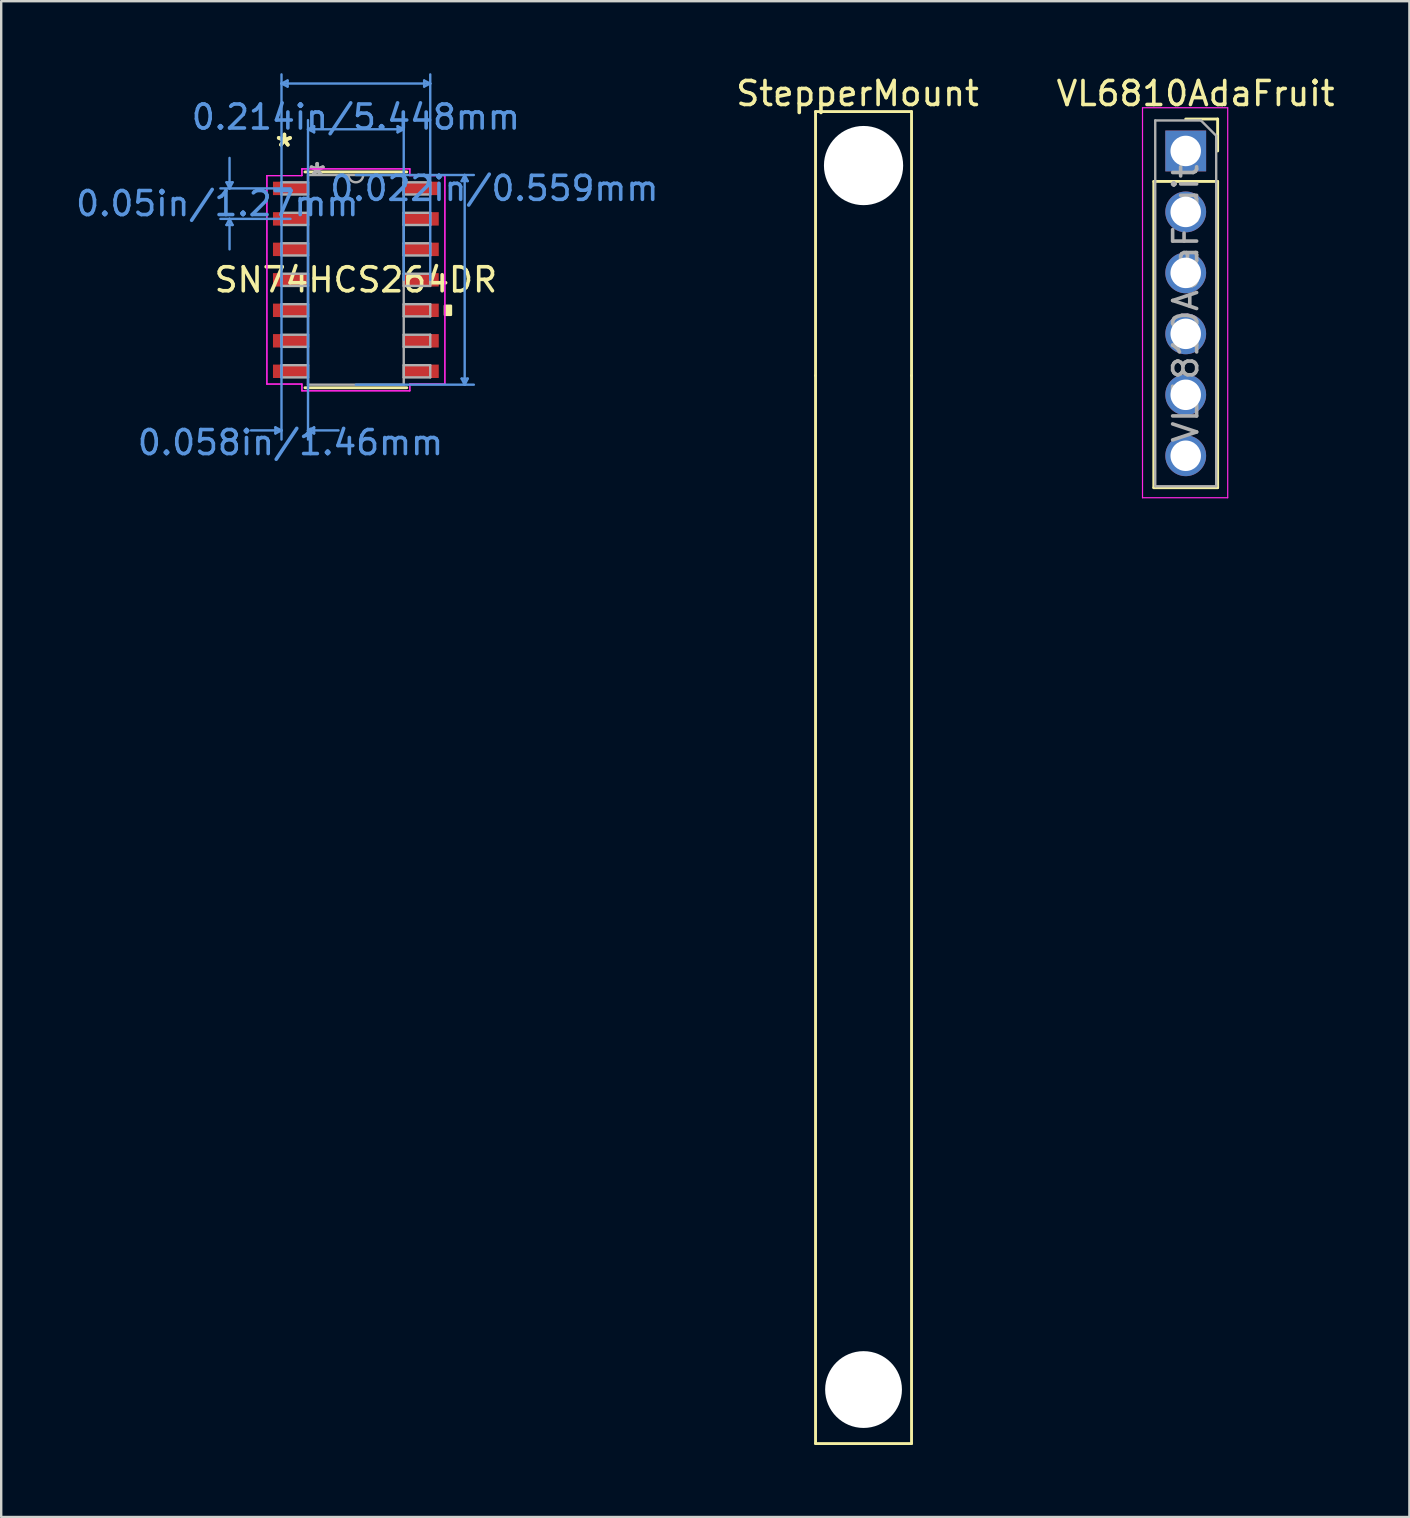
<source format=kicad_pcb>
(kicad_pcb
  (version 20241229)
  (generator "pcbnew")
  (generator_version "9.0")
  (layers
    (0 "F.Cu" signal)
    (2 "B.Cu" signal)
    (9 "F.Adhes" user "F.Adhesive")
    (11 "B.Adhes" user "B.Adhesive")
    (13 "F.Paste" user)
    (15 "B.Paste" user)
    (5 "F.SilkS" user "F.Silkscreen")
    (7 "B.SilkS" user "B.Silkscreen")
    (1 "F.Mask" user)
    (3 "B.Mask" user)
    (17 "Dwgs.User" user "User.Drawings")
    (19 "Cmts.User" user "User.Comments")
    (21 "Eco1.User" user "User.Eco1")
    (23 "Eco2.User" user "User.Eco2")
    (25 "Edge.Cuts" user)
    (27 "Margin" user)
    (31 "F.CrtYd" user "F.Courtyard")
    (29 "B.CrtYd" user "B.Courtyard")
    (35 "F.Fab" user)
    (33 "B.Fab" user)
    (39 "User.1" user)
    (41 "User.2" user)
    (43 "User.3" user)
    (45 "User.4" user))
  (footprint "SN74HCS264DR"
    (layer "F.Cu")
    (at 11.778 8.61)
    (property "Reference" "SN74HCS264DR" (at 0 0 0) (layer "F.SilkS") (effects (font (size 1 1) (thickness 0.15))))
    (attr through_hole)
    (fp_line (start -2.121 4.496) (end 2.121 4.496) (stroke (width 0.12) (type solid)) (layer "F.SilkS"))
    (fp_line (start 2.121 -4.496) (end -2.121 -4.496) (stroke (width 0.12) (type solid)) (layer "F.SilkS"))
    (fp_poly (pts (xy 3.962 1.079) (xy 3.962 1.46) (xy 3.708 1.46) (xy 3.708 1.079)) (stroke (width 0.1) (type solid)) (fill yes) (layer "F.SilkS"))
    (fp_line (start -5.391 -4.064) (end -5.137 -4.064) (stroke (width 0.1) (type solid)) (layer "Cmts.User"))
    (fp_line (start -5.391 -2.286) (end -5.137 -2.286) (stroke (width 0.1) (type solid)) (layer "Cmts.User"))
    (fp_line (start -5.264 -3.81) (end -5.391 -4.064) (stroke (width 0.1) (type solid)) (layer "Cmts.User"))
    (fp_line (start -5.264 -3.81) (end -5.264 -5.08) (stroke (width 0.1) (type solid)) (layer "Cmts.User"))
    (fp_line (start -5.264 -3.81) (end -5.137 -4.064) (stroke (width 0.1) (type solid)) (layer "Cmts.User"))
    (fp_line (start -5.264 -2.54) (end -5.391 -2.286) (stroke (width 0.1) (type solid)) (layer "Cmts.User"))
    (fp_line (start -5.264 -2.54) (end -5.264 -1.27) (stroke (width 0.1) (type solid)) (layer "Cmts.User"))
    (fp_line (start -5.264 -2.54) (end -5.137 -2.286) (stroke (width 0.1) (type solid)) (layer "Cmts.User"))
    (fp_line (start -3.353 6.147) (end -3.353 6.401) (stroke (width 0.1) (type solid)) (layer "Cmts.User"))
    (fp_line (start -3.099 -8.179) (end -2.845 -8.306) (stroke (width 0.1) (type solid)) (layer "Cmts.User"))
    (fp_line (start -3.099 -8.179) (end -2.845 -8.052) (stroke (width 0.1) (type solid)) (layer "Cmts.User"))
    (fp_line (start -3.099 -8.179) (end 3.099 -8.179) (stroke (width 0.1) (type solid)) (layer "Cmts.User"))
    (fp_line (start -3.099 0) (end -3.099 -8.56) (stroke (width 0.1) (type solid)) (layer "Cmts.User"))
    (fp_line (start -3.099 0) (end -3.099 6.655) (stroke (width 0.1) (type solid)) (layer "Cmts.User"))
    (fp_line (start -3.099 6.274) (end -4.369 6.274) (stroke (width 0.1) (type solid)) (layer "Cmts.User"))
    (fp_line (start -3.099 6.274) (end -3.353 6.147) (stroke (width 0.1) (type solid)) (layer "Cmts.User"))
    (fp_line (start -3.099 6.274) (end -3.353 6.401) (stroke (width 0.1) (type solid)) (layer "Cmts.User"))
    (fp_line (start -2.845 -8.306) (end -2.845 -8.052) (stroke (width 0.1) (type solid)) (layer "Cmts.User"))
    (fp_line (start -2.724 -3.81) (end -5.645 -3.81) (stroke (width 0.1) (type solid)) (layer "Cmts.User"))
    (fp_line (start -2.724 -2.54) (end -5.645 -2.54) (stroke (width 0.1) (type solid)) (layer "Cmts.User"))
    (fp_line (start -1.994 -6.274) (end -1.74 -6.401) (stroke (width 0.1) (type solid)) (layer "Cmts.User"))
    (fp_line (start -1.994 -6.274) (end -1.74 -6.147) (stroke (width 0.1) (type solid)) (layer "Cmts.User"))
    (fp_line (start -1.994 -6.274) (end 1.994 -6.274) (stroke (width 0.1) (type solid)) (layer "Cmts.User"))
    (fp_line (start -1.994 0) (end -1.994 -6.655) (stroke (width 0.1) (type solid)) (layer "Cmts.User"))
    (fp_line (start -1.994 0) (end -1.994 6.655) (stroke (width 0.1) (type solid)) (layer "Cmts.User"))
    (fp_line (start -1.994 6.274) (end -1.74 6.147) (stroke (width 0.1) (type solid)) (layer "Cmts.User"))
    (fp_line (start -1.994 6.274) (end -1.74 6.401) (stroke (width 0.1) (type solid)) (layer "Cmts.User"))
    (fp_line (start -1.994 6.274) (end -0.724 6.274) (stroke (width 0.1) (type solid)) (layer "Cmts.User"))
    (fp_line (start -1.74 -6.401) (end -1.74 -6.147) (stroke (width 0.1) (type solid)) (layer "Cmts.User"))
    (fp_line (start -1.74 6.147) (end -1.74 6.401) (stroke (width 0.1) (type solid)) (layer "Cmts.User"))
    (fp_line (start 0 -4.369) (end 4.915 -4.369) (stroke (width 0.1) (type solid)) (layer "Cmts.User"))
    (fp_line (start 0 4.369) (end 4.915 4.369) (stroke (width 0.1) (type solid)) (layer "Cmts.User"))
    (fp_line (start 1.74 -6.401) (end 1.74 -6.147) (stroke (width 0.1) (type solid)) (layer "Cmts.User"))
    (fp_line (start 1.994 -6.274) (end 1.74 -6.401) (stroke (width 0.1) (type solid)) (layer "Cmts.User"))
    (fp_line (start 1.994 -6.274) (end 1.74 -6.147) (stroke (width 0.1) (type solid)) (layer "Cmts.User"))
    (fp_line (start 1.994 0) (end 1.994 -6.655) (stroke (width 0.1) (type solid)) (layer "Cmts.User"))
    (fp_line (start 2.845 -8.306) (end 2.845 -8.052) (stroke (width 0.1) (type solid)) (layer "Cmts.User"))
    (fp_line (start 3.099 -8.179) (end 2.845 -8.306) (stroke (width 0.1) (type solid)) (layer "Cmts.User"))
    (fp_line (start 3.099 -8.179) (end 2.845 -8.052) (stroke (width 0.1) (type solid)) (layer "Cmts.User"))
    (fp_line (start 3.099 0) (end 3.099 -8.56) (stroke (width 0.1) (type solid)) (layer "Cmts.User"))
    (fp_line (start 4.407 -4.115) (end 4.661 -4.115) (stroke (width 0.1) (type solid)) (layer "Cmts.User"))
    (fp_line (start 4.407 4.115) (end 4.661 4.115) (stroke (width 0.1) (type solid)) (layer "Cmts.User"))
    (fp_line (start 4.534 -4.369) (end 4.407 -4.115) (stroke (width 0.1) (type solid)) (layer "Cmts.User"))
    (fp_line (start 4.534 -4.369) (end 4.534 4.369) (stroke (width 0.1) (type solid)) (layer "Cmts.User"))
    (fp_line (start 4.534 -4.369) (end 4.661 -4.115) (stroke (width 0.1) (type solid)) (layer "Cmts.User"))
    (fp_line (start 4.534 4.369) (end 4.407 4.115) (stroke (width 0.1) (type solid)) (layer "Cmts.User"))
    (fp_line (start 4.534 4.369) (end 4.661 4.115) (stroke (width 0.1) (type solid)) (layer "Cmts.User"))
    (fp_line (start -3.708 -4.343) (end -2.248 -4.343) (stroke (width 0.05) (type solid)) (layer "F.CrtYd"))
    (fp_line (start -3.708 -4.343) (end -2.248 -4.343) (stroke (width 0.05) (type solid)) (layer "F.CrtYd"))
    (fp_line (start -3.708 4.343) (end -3.708 -4.343) (stroke (width 0.05) (type solid)) (layer "F.CrtYd"))
    (fp_line (start -3.708 4.343) (end -3.708 -4.343) (stroke (width 0.05) (type solid)) (layer "F.CrtYd"))
    (fp_line (start -3.708 4.343) (end -2.248 4.343) (stroke (width 0.05) (type solid)) (layer "F.CrtYd"))
    (fp_line (start -2.248 -4.623) (end 2.248 -4.623) (stroke (width 0.05) (type solid)) (layer "F.CrtYd"))
    (fp_line (start -2.248 -4.623) (end 2.248 -4.623) (stroke (width 0.05) (type solid)) (layer "F.CrtYd"))
    (fp_line (start -2.248 -4.343) (end -2.248 -4.623) (stroke (width 0.05) (type solid)) (layer "F.CrtYd"))
    (fp_line (start -2.248 -4.343) (end -2.248 -4.623) (stroke (width 0.05) (type solid)) (layer "F.CrtYd"))
    (fp_line (start -2.248 4.343) (end -3.708 4.343) (stroke (width 0.05) (type solid)) (layer "F.CrtYd"))
    (fp_line (start -2.248 4.623) (end -2.248 4.343) (stroke (width 0.05) (type solid)) (layer "F.CrtYd"))
    (fp_line (start -2.248 4.623) (end -2.248 4.343) (stroke (width 0.05) (type solid)) (layer "F.CrtYd"))
    (fp_line (start 2.248 -4.623) (end 2.248 -4.343) (stroke (width 0.05) (type solid)) (layer "F.CrtYd"))
    (fp_line (start 2.248 -4.623) (end 2.248 -4.343) (stroke (width 0.05) (type solid)) (layer "F.CrtYd"))
    (fp_line (start 2.248 -4.343) (end 3.708 -4.343) (stroke (width 0.05) (type solid)) (layer "F.CrtYd"))
    (fp_line (start 2.248 4.343) (end 2.248 4.623) (stroke (width 0.05) (type solid)) (layer "F.CrtYd"))
    (fp_line (start 2.248 4.343) (end 2.248 4.623) (stroke (width 0.05) (type solid)) (layer "F.CrtYd"))
    (fp_line (start 2.248 4.623) (end -2.248 4.623) (stroke (width 0.05) (type solid)) (layer "F.CrtYd"))
    (fp_line (start 2.248 4.623) (end -2.248 4.623) (stroke (width 0.05) (type solid)) (layer "F.CrtYd"))
    (fp_line (start 3.708 -4.343) (end 2.248 -4.343) (stroke (width 0.05) (type solid)) (layer "F.CrtYd"))
    (fp_line (start 3.708 -4.343) (end 3.708 4.343) (stroke (width 0.05) (type solid)) (layer "F.CrtYd"))
    (fp_line (start 3.708 -4.343) (end 3.708 4.343) (stroke (width 0.05) (type solid)) (layer "F.CrtYd"))
    (fp_line (start 3.708 4.343) (end 2.248 4.343) (stroke (width 0.05) (type solid)) (layer "F.CrtYd"))
    (fp_line (start 3.708 4.343) (end 2.248 4.343) (stroke (width 0.05) (type solid)) (layer "F.CrtYd"))
    (fp_line (start -3.099 -4.064) (end -3.099 -3.556) (stroke (width 0.1) (type solid)) (layer "F.Fab"))
    (fp_line (start -3.099 -3.556) (end -1.994 -3.556) (stroke (width 0.1) (type solid)) (layer "F.Fab"))
    (fp_line (start -3.099 -2.794) (end -3.099 -2.286) (stroke (width 0.1) (type solid)) (layer "F.Fab"))
    (fp_line (start -3.099 -2.286) (end -1.994 -2.286) (stroke (width 0.1) (type solid)) (layer "F.Fab"))
    (fp_line (start -3.099 -1.524) (end -3.099 -1.016) (stroke (width 0.1) (type solid)) (layer "F.Fab"))
    (fp_line (start -3.099 -1.016) (end -1.994 -1.016) (stroke (width 0.1) (type solid)) (layer "F.Fab"))
    (fp_line (start -3.099 -0.254) (end -3.099 0.254) (stroke (width 0.1) (type solid)) (layer "F.Fab"))
    (fp_line (start -3.099 0.254) (end -1.994 0.254) (stroke (width 0.1) (type solid)) (layer "F.Fab"))
    (fp_line (start -3.099 1.016) (end -3.099 1.524) (stroke (width 0.1) (type solid)) (layer "F.Fab"))
    (fp_line (start -3.099 1.524) (end -1.994 1.524) (stroke (width 0.1) (type solid)) (layer "F.Fab"))
    (fp_line (start -3.099 2.286) (end -3.099 2.794) (stroke (width 0.1) (type solid)) (layer "F.Fab"))
    (fp_line (start -3.099 2.794) (end -1.994 2.794) (stroke (width 0.1) (type solid)) (layer "F.Fab"))
    (fp_line (start -3.099 3.556) (end -3.099 4.064) (stroke (width 0.1) (type solid)) (layer "F.Fab"))
    (fp_line (start -3.099 4.064) (end -1.994 4.064) (stroke (width 0.1) (type solid)) (layer "F.Fab"))
    (fp_line (start -1.994 -4.369) (end -1.994 4.369) (stroke (width 0.1) (type solid)) (layer "F.Fab"))
    (fp_line (start -1.994 -4.064) (end -3.099 -4.064) (stroke (width 0.1) (type solid)) (layer "F.Fab"))
    (fp_line (start -1.994 -3.556) (end -1.994 -4.064) (stroke (width 0.1) (type solid)) (layer "F.Fab"))
    (fp_line (start -1.994 -2.794) (end -3.099 -2.794) (stroke (width 0.1) (type solid)) (layer "F.Fab"))
    (fp_line (start -1.994 -2.286) (end -1.994 -2.794) (stroke (width 0.1) (type solid)) (layer "F.Fab"))
    (fp_line (start -1.994 -1.524) (end -3.099 -1.524) (stroke (width 0.1) (type solid)) (layer "F.Fab"))
    (fp_line (start -1.994 -1.016) (end -1.994 -1.524) (stroke (width 0.1) (type solid)) (layer "F.Fab"))
    (fp_line (start -1.994 -0.254) (end -3.099 -0.254) (stroke (width 0.1) (type solid)) (layer "F.Fab"))
    (fp_line (start -1.994 0.254) (end -1.994 -0.254) (stroke (width 0.1) (type solid)) (layer "F.Fab"))
    (fp_line (start -1.994 1.016) (end -3.099 1.016) (stroke (width 0.1) (type solid)) (layer "F.Fab"))
    (fp_line (start -1.994 1.524) (end -1.994 1.016) (stroke (width 0.1) (type solid)) (layer "F.Fab"))
    (fp_line (start -1.994 2.286) (end -3.099 2.286) (stroke (width 0.1) (type solid)) (layer "F.Fab"))
    (fp_line (start -1.994 2.794) (end -1.994 2.286) (stroke (width 0.1) (type solid)) (layer "F.Fab"))
    (fp_line (start -1.994 3.556) (end -3.099 3.556) (stroke (width 0.1) (type solid)) (layer "F.Fab"))
    (fp_line (start -1.994 4.064) (end -1.994 3.556) (stroke (width 0.1) (type solid)) (layer "F.Fab"))
    (fp_line (start -1.994 4.369) (end 1.994 4.369) (stroke (width 0.1) (type solid)) (layer "F.Fab"))
    (fp_line (start 1.994 -4.369) (end -1.994 -4.369) (stroke (width 0.1) (type solid)) (layer "F.Fab"))
    (fp_line (start 1.994 -4.064) (end 1.994 -3.556) (stroke (width 0.1) (type solid)) (layer "F.Fab"))
    (fp_line (start 1.994 -3.556) (end 3.099 -3.556) (stroke (width 0.1) (type solid)) (layer "F.Fab"))
    (fp_line (start 1.994 -2.794) (end 1.994 -2.286) (stroke (width 0.1) (type solid)) (layer "F.Fab"))
    (fp_line (start 1.994 -2.286) (end 3.099 -2.286) (stroke (width 0.1) (type solid)) (layer "F.Fab"))
    (fp_line (start 1.994 -1.524) (end 1.994 -1.016) (stroke (width 0.1) (type solid)) (layer "F.Fab"))
    (fp_line (start 1.994 -1.016) (end 3.099 -1.016) (stroke (width 0.1) (type solid)) (layer "F.Fab"))
    (fp_line (start 1.994 -0.254) (end 1.994 0.254) (stroke (width 0.1) (type solid)) (layer "F.Fab"))
    (fp_line (start 1.994 0.254) (end 3.099 0.254) (stroke (width 0.1) (type solid)) (layer "F.Fab"))
    (fp_line (start 1.994 1.016) (end 1.994 1.524) (stroke (width 0.1) (type solid)) (layer "F.Fab"))
    (fp_line (start 1.994 1.524) (end 3.099 1.524) (stroke (width 0.1) (type solid)) (layer "F.Fab"))
    (fp_line (start 1.994 2.286) (end 1.994 2.794) (stroke (width 0.1) (type solid)) (layer "F.Fab"))
    (fp_line (start 1.994 2.794) (end 3.099 2.794) (stroke (width 0.1) (type solid)) (layer "F.Fab"))
    (fp_line (start 1.994 3.556) (end 1.994 4.064) (stroke (width 0.1) (type solid)) (layer "F.Fab"))
    (fp_line (start 1.994 4.064) (end 3.099 4.064) (stroke (width 0.1) (type solid)) (layer "F.Fab"))
    (fp_line (start 1.994 4.369) (end 1.994 -4.369) (stroke (width 0.1) (type solid)) (layer "F.Fab"))
    (fp_line (start 3.099 -4.064) (end 1.994 -4.064) (stroke (width 0.1) (type solid)) (layer "F.Fab"))
    (fp_line (start 3.099 -3.556) (end 3.099 -4.064) (stroke (width 0.1) (type solid)) (layer "F.Fab"))
    (fp_line (start 3.099 -2.794) (end 1.994 -2.794) (stroke (width 0.1) (type solid)) (layer "F.Fab"))
    (fp_line (start 3.099 -2.286) (end 3.099 -2.794) (stroke (width 0.1) (type solid)) (layer "F.Fab"))
    (fp_line (start 3.099 -1.524) (end 1.994 -1.524) (stroke (width 0.1) (type solid)) (layer "F.Fab"))
    (fp_line (start 3.099 -1.016) (end 3.099 -1.524) (stroke (width 0.1) (type solid)) (layer "F.Fab"))
    (fp_line (start 3.099 -0.254) (end 1.994 -0.254) (stroke (width 0.1) (type solid)) (layer "F.Fab"))
    (fp_line (start 3.099 0.254) (end 3.099 -0.254) (stroke (width 0.1) (type solid)) (layer "F.Fab"))
    (fp_line (start 3.099 1.016) (end 1.994 1.016) (stroke (width 0.1) (type solid)) (layer "F.Fab"))
    (fp_line (start 3.099 1.524) (end 3.099 1.016) (stroke (width 0.1) (type solid)) (layer "F.Fab"))
    (fp_line (start 3.099 2.286) (end 1.994 2.286) (stroke (width 0.1) (type solid)) (layer "F.Fab"))
    (fp_line (start 3.099 2.794) (end 3.099 2.286) (stroke (width 0.1) (type solid)) (layer "F.Fab"))
    (fp_line (start 3.099 3.556) (end 1.994 3.556) (stroke (width 0.1) (type solid)) (layer "F.Fab"))
    (fp_line (start 3.099 4.064) (end 3.099 3.556) (stroke (width 0.1) (type solid)) (layer "F.Fab"))
    (fp_arc (start 0.3048 -4.3688) (mid 0 -4.064) (end -0.3048 -4.3688) (stroke (width 0.1) (type solid)) (layer "F.Fab"))
    (fp_text user "*" (at -2.978 -5.512 0) (layer "F.SilkS") (effects (font (size 1 1) (thickness 0.15))))
    (fp_text user "*" (at -2.978 -5.512 0) (layer "F.SilkS") (effects (font (size 1 1) (thickness 0.15))))
    (fp_text user "0.214in/5.448mm" (at 0 -6.782 0) (layer "Cmts.User") (effects (font (size 1 1) (thickness 0.15))))
    (fp_text user "0.05in/1.27mm" (at -5.772 -3.175 0) (layer "Cmts.User") (effects (font (size 1 1) (thickness 0.15))))
    (fp_text user "0.058in/1.46mm" (at -2.724 6.782 0) (layer "Cmts.User") (effects (font (size 1 1) (thickness 0.15))))
    (fp_text user "0.022in/0.559mm" (at 5.772 -3.81 0) (layer "Cmts.User") (effects (font (size 1 1) (thickness 0.15))))
    (fp_text user "Copyright 2021 Accelerated Designs. All rights reserved." (at 0 0 0) (layer "Cmts.User") (effects (font (size 0.127 0.127) (thickness 0.002))))
    (fp_text user "*" (at -1.613 -4.293 0) (layer "F.Fab") (effects (font (size 1 1) (thickness 0.15))))
    (fp_text user "*" (at -1.613 -4.293 0) (layer "F.Fab") (effects (font (size 1 1) (thickness 0.15))))
    (pad "1" smd rect (at -2.724 -3.81) (size 1.46 0.559) (layers "F.Cu" "F.Mask" "F.Paste"))
    (pad "2" smd rect (at -2.724 -2.54) (size 1.46 0.559) (layers "F.Cu" "F.Mask" "F.Paste"))
    (pad "3" smd rect (at -2.724 -1.27) (size 1.46 0.559) (layers "F.Cu" "F.Mask" "F.Paste"))
    (pad "4" smd rect (at -2.724 0) (size 1.46 0.559) (layers "F.Cu" "F.Mask" "F.Paste"))
    (pad "5" smd rect (at -2.724 1.27) (size 1.46 0.559) (layers "F.Cu" "F.Mask" "F.Paste"))
    (pad "6" smd rect (at -2.724 2.54) (size 1.46 0.559) (layers "F.Cu" "F.Mask" "F.Paste"))
    (pad "7" smd rect (at -2.724 3.81) (size 1.46 0.559) (layers "F.Cu" "F.Mask" "F.Paste"))
    (pad "8" smd rect (at 2.724 3.81) (size 1.46 0.559) (layers "F.Cu" "F.Mask" "F.Paste"))
    (pad "9" smd rect (at 2.724 2.54) (size 1.46 0.559) (layers "F.Cu" "F.Mask" "F.Paste"))
    (pad "10" smd rect (at 2.724 1.27) (size 1.46 0.559) (layers "F.Cu" "F.Mask" "F.Paste"))
    (pad "11" smd rect (at 2.724 0) (size 1.46 0.559) (layers "F.Cu" "F.Mask" "F.Paste"))
    (pad "12" smd rect (at 2.724 -1.27) (size 1.46 0.559) (layers "F.Cu" "F.Mask" "F.Paste"))
    (pad "13" smd rect (at 2.724 -2.54) (size 1.46 0.559) (layers "F.Cu" "F.Mask" "F.Paste"))
    (pad "14" smd rect (at 2.724 -3.81) (size 1.46 0.559) (layers "F.Cu" "F.Mask" "F.Paste")))
  (footprint "StepperMount"
    (layer "F.Cu")
    (at 32.931 29.348)
    (property "Reference" "StepperMount" (at -0.25 -28.5 0) (layer "F.SilkS") (effects (font (size 1 1) (thickness 0.15))))
    (attr through_hole)
    (fp_line (start -2 -27.75) (end 2 -27.75) (stroke (width 0.12) (type solid)) (layer "F.SilkS"))
    (fp_line (start -2 -16.75) (end -2 -27.75) (stroke (width 0.12) (type solid)) (layer "F.SilkS"))
    (fp_line (start -2 -16.75) (end -2 27.75) (stroke (width 0.12) (type solid)) (layer "F.SilkS"))
    (fp_line (start 2 -27.75) (end 2 -16.75) (stroke (width 0.12) (type solid)) (layer "F.SilkS"))
    (fp_line (start 2 -16.75) (end 2 27.75) (stroke (width 0.12) (type solid)) (layer "F.SilkS"))
    (fp_line (start 2 27.75) (end -2 27.75) (stroke (width 0.12) (type solid)) (layer "F.SilkS"))
    (pad "" np_thru_hole circle (at 0 -25.5) (size 3.3 3.3) (drill 3.3) (layers "*.Cu" "*.Mask"))
    (pad "" np_thru_hole circle (at 0 25.5) (size 3.2 3.2) (drill 3.2) (layers "*.Cu" "*.Mask")))
  (footprint "VL6810AdaFruit"
    (layer "F.Cu")
    (at 46.765 0.348)
    (property "Reference" "VL6810AdaFruit" (at 0 0.5 0) (layer "F.SilkS") (effects (font (size 1 1) (thickness 0.15))))
    (attr through_hole)
    (fp_line (start -1.74 4.162) (end -1.74 16.922) (stroke (width 0.12) (type solid)) (layer "F.SilkS"))
    (fp_line (start -1.74 4.162) (end 0.92 4.162) (stroke (width 0.12) (type solid)) (layer "F.SilkS"))
    (fp_line (start -1.74 16.922) (end 0.92 16.922) (stroke (width 0.12) (type solid)) (layer "F.SilkS"))
    (fp_line (start -0.41 1.562) (end 0.92 1.562) (stroke (width 0.12) (type solid)) (layer "F.SilkS"))
    (fp_line (start 0.92 1.562) (end 0.92 2.892) (stroke (width 0.12) (type solid)) (layer "F.SilkS"))
    (fp_line (start 0.92 4.162) (end 0.92 16.922) (stroke (width 0.12) (type solid)) (layer "F.SilkS"))
    (fp_line (start -2.21 1.092) (end 1.34 1.092) (stroke (width 0.05) (type solid)) (layer "F.CrtYd"))
    (fp_line (start -2.21 17.342) (end -2.21 1.092) (stroke (width 0.05) (type solid)) (layer "F.CrtYd"))
    (fp_line (start 1.34 1.092) (end 1.34 17.342) (stroke (width 0.05) (type solid)) (layer "F.CrtYd"))
    (fp_line (start 1.34 17.342) (end -2.21 17.342) (stroke (width 0.05) (type solid)) (layer "F.CrtYd"))
    (fp_line (start -1.68 1.622) (end 0.225 1.622) (stroke (width 0.1) (type solid)) (layer "F.Fab"))
    (fp_line (start -1.68 16.862) (end -1.68 1.622) (stroke (width 0.1) (type solid)) (layer "F.Fab"))
    (fp_line (start 0.225 1.622) (end 0.86 2.257) (stroke (width 0.1) (type solid)) (layer "F.Fab"))
    (fp_line (start 0.86 2.257) (end 0.86 16.862) (stroke (width 0.1) (type solid)) (layer "F.Fab"))
    (fp_line (start 0.86 16.862) (end -1.68 16.862) (stroke (width 0.1) (type solid)) (layer "F.Fab"))
    (fp_text user "${REFERENCE}" (at -0.41 9.242 90) (layer "F.Fab") (effects (font (size 1 1) (thickness 0.15))))
    (pad "1" thru_hole rect (at -0.41 2.892 90) (size 1.7 1.7) (drill 1.27) (layers "*.Cu" "*.Mask"))
    (pad "2" thru_hole oval (at -0.41 5.432 90) (size 1.7 1.7) (drill 1.27) (layers "*.Cu" "*.Mask"))
    (pad "3" thru_hole oval (at -0.41 7.972) (size 1.7 1.7) (drill 1.27) (layers "*.Cu" "*.Mask"))
    (pad "4" thru_hole oval (at -0.41 10.512) (size 1.7 1.7) (drill 1.27) (layers "*.Cu" "*.Mask"))
    (pad "5" thru_hole oval (at -0.41 13.052) (size 1.7 1.7) (drill 1.27) (layers "*.Cu" "*.Mask"))
    (pad "6" thru_hole oval (at -0.41 15.592) (size 1.7 1.7) (drill 1.27) (layers "*.Cu" "*.Mask")))
  (gr_rect
    (start -3 -3)
    (end 55.675 60.158)
    (stroke (width 0.1) (type default))
    (fill no)
    (layer "Edge.Cuts")))
</source>
